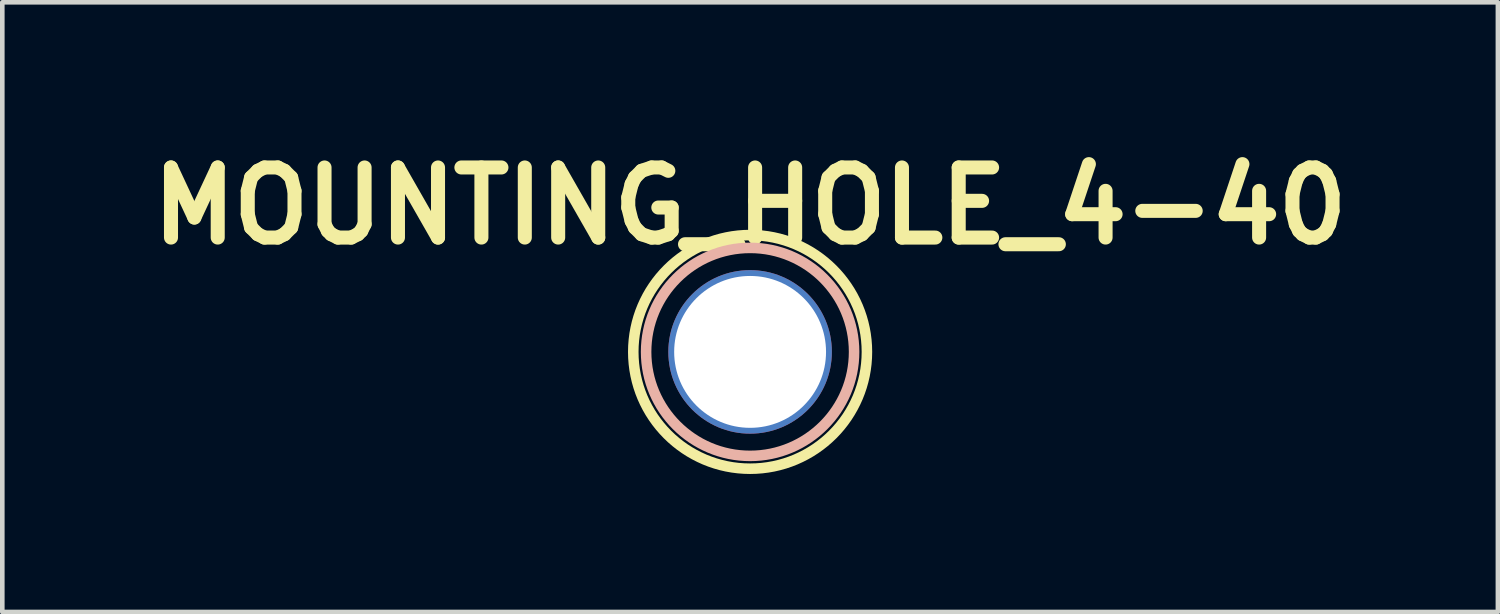
<source format=kicad_pcb>
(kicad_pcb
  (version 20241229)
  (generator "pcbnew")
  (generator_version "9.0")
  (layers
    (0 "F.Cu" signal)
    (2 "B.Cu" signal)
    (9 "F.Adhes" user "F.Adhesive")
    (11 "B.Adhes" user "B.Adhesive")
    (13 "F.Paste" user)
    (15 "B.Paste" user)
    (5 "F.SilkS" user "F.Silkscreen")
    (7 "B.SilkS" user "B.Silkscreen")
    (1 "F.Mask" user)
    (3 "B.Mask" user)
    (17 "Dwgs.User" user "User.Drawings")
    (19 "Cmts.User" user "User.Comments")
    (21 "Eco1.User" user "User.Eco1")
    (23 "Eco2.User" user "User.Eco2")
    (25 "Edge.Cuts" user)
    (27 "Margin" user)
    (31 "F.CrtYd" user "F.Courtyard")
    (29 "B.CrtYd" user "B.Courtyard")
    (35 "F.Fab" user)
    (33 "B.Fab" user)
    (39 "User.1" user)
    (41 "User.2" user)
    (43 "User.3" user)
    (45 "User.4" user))
  (footprint "MOUNTING_HOLE_4-40"
    (layer "F.Cu")
    (at 13.259 4.601)
    (property "Reference" "MOUNTING_HOLE_4-40" (at 0 -3.175 0) (layer "F.SilkS") (effects (font (size 1.524 1.524) (thickness 0.305))))
    (attr through_hole)
    (fp_circle (center 0 0) (end 2.54 0) (stroke (width 0.229) (type solid)) (fill no) (layer "F.SilkS"))
    (fp_circle (center 0 0) (end 2.261 0) (stroke (width 0.229) (type solid)) (fill no) (layer "B.SilkS"))
    (pad "1" thru_hole circle (at 0 0) (size 3.556 3.556) (drill 3.302) (layers "*.Cu" "*.Mask")))
  (gr_rect
    (start -3 -3)
    (end 29.518 10.256)
    (stroke (width 0.1) (type default))
    (fill no)
    (layer "Edge.Cuts")))
</source>
